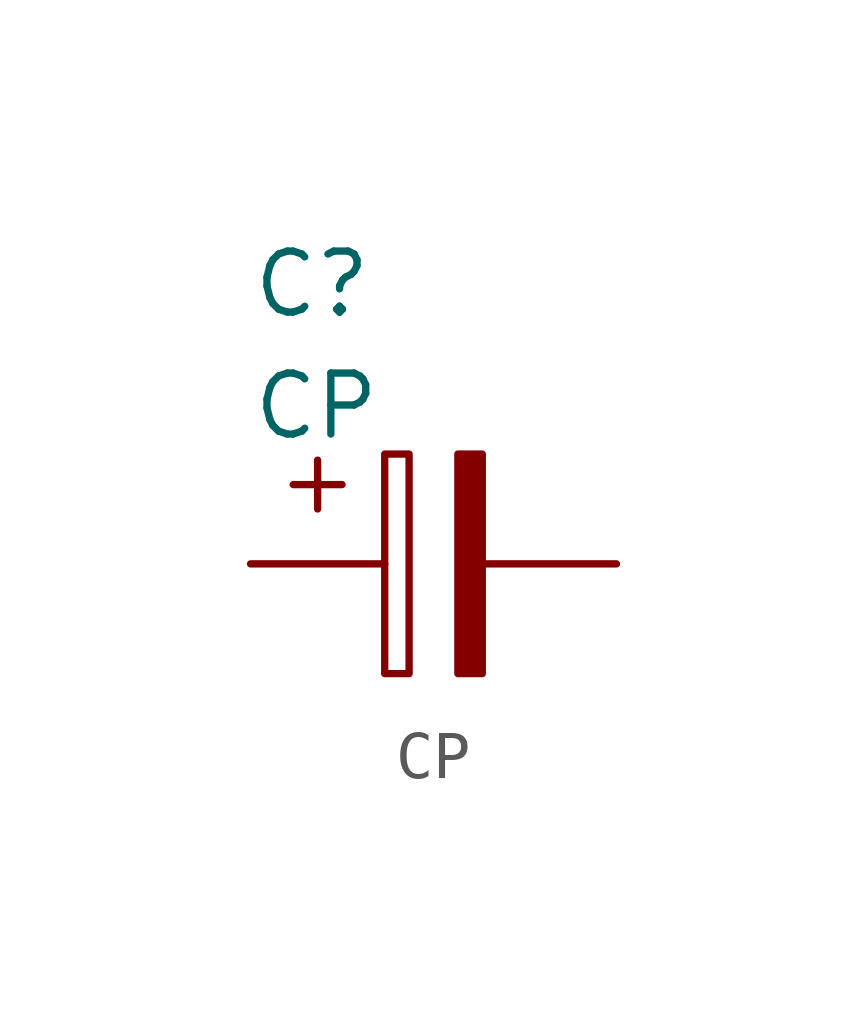
<source format=kicad_sym>
(kicad_symbol_lib
  (version 20220914)
  (generator kicad_symbol_editor)
  (symbol "CP"
    (pin_numbers hide)
    (pin_names
      (offset 1.016))
    (property "Reference" "C"
      (at -3.81 5.08 0)
      (effects (font (size 1.27 1.27)) (justify left bottom)))
    (property "Value" "CP"
      (at -3.81 2.54 0)
      (effects (font (size 1.27 1.27)) (justify left bottom)))
    (symbol "CP_0_1"
      (rectangle (start -1.016 2.286) (end -0.508 -2.286) (stroke (width 0) (type solid)) (fill (type none)))
      (polyline (pts (xy -2.921 1.651) (xy -1.905 1.651)) (stroke (width 0) (type solid)) (fill (type none)))
      (polyline (pts (xy -2.413 2.159) (xy -2.413 1.143)) (stroke (width 0) (type solid)) (fill (type none)))
      (rectangle (start 1.016 2.286) (end 0.508 -2.286) (stroke (width 0) (type solid)) (fill (type outline))))
    (symbol "CP_1_1"
      (pin passive line (at -3.81 0 0) (length 2.794) (name "~" (effects (font (size 1.27 1.27)))) (number "1" (effects (font (size 1.27 1.27)))))
      (pin passive line (at 3.81 0 180) (length 2.794) (name "~" (effects (font (size 1.27 1.27)))) (number "2" (effects (font (size 1.27 1.27))))))))
</source>
